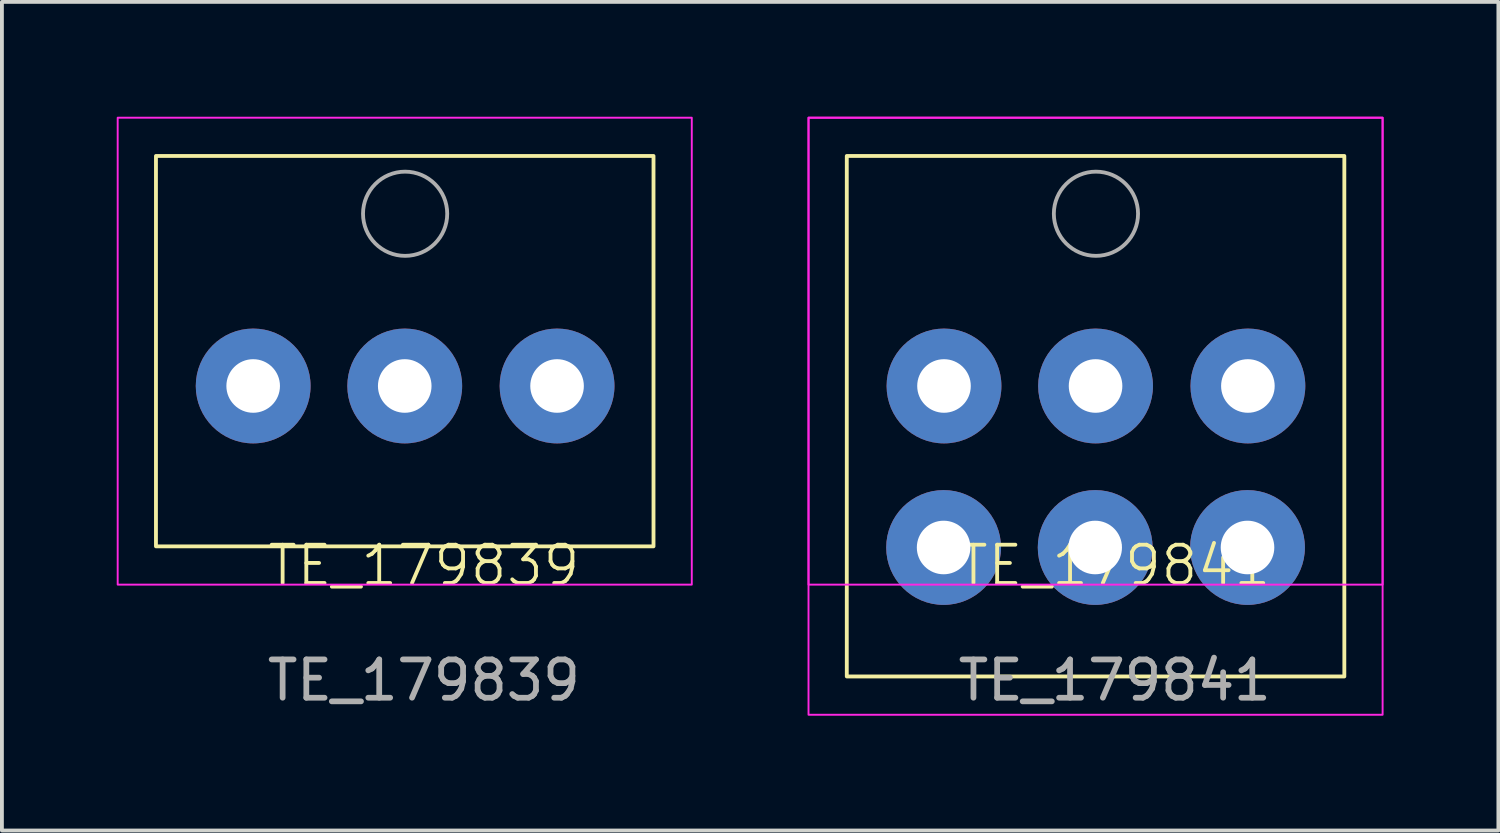
<source format=kicad_pcb>
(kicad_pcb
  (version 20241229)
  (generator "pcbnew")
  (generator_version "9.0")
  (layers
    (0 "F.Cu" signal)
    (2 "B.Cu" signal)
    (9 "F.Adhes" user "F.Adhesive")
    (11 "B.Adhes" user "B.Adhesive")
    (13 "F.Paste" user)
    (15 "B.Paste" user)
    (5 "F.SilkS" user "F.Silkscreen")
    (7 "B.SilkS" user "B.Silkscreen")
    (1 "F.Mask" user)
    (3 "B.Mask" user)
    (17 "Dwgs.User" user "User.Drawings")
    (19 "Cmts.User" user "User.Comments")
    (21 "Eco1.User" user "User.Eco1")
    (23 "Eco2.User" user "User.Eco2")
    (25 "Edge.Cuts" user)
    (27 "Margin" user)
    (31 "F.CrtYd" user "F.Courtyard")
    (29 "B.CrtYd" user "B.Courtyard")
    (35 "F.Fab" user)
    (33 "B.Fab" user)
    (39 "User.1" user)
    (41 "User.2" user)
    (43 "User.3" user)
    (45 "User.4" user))
  (footprint "TE_179839"
    (layer "F.Cu")
    (at 8.025 12.225)
    (property "Reference" "TE_179839" (at 0 -0.5 0) (unlocked yes) (layer "F.SilkS") (effects (font (size 1 1) (thickness 0.1))))
    (attr through_hole)
    (fp_rect (start -7 -11.2) (end 6 -1) (stroke (width 0.1) (type default)) (fill no) (layer "F.SilkS"))
    (fp_rect (start -8 -12.2) (end 7 0) (stroke (width 0.05) (type default)) (fill no) (layer "F.CrtYd"))
    (fp_circle (center -0.49 -9.69) (end -1.59 -9.69) (stroke (width 0.1) (type default)) (fill no) (layer "F.Fab"))
    (fp_text user "${REFERENCE}" (at 0 2.5 0) (unlocked yes) (layer "F.Fab") (effects (font (size 1 1) (thickness 0.15))))
    (pad "1" thru_hole circle (at -4.46 -5.19) (size 3 3) (drill 1.4) (layers "*.Cu" "*.Mask"))
    (pad "2" thru_hole circle (at -0.5 -5.19) (size 3 3) (drill 1.4) (layers "*.Cu" "*.Mask"))
    (pad "3" thru_hole circle (at 3.48 -5.19) (size 3 3) (drill 1.4) (layers "*.Cu" "*.Mask")))
  (footprint "TE_179841"
    (layer "F.Cu")
    (at 26.075 12.225)
    (property "Reference" "TE_179841" (at 0 -0.5 0) (unlocked yes) (layer "F.SilkS") (effects (font (size 1 1) (thickness 0.1))))
    (attr through_hole)
    (fp_rect (start -7 -11.2) (end 6 2.4) (stroke (width 0.1) (type default)) (fill no) (layer "F.SilkS"))
    (fp_rect (start -8 -12.2) (end 7 0) (stroke (width 0.05) (type default)) (fill no) (layer "F.CrtYd"))
    (fp_rect (start -8 -12.2) (end 7 3.4) (stroke (width 0.05) (type default)) (fill no) (layer "F.CrtYd"))
    (fp_circle (center -0.49 -9.69) (end -1.59 -9.69) (stroke (width 0.1) (type default)) (fill no) (layer "F.Fab"))
    (fp_text user "${REFERENCE}" (at 0 2.5 0) (unlocked yes) (layer "F.Fab") (effects (font (size 1 1) (thickness 0.15))))
    (pad "1" thru_hole circle (at -4.47 -0.97) (size 3 3) (drill 1.4) (layers "*.Cu" "*.Mask"))
    (pad "2" thru_hole circle (at -4.46 -5.19) (size 3 3) (drill 1.4) (layers "*.Cu" "*.Mask"))
    (pad "3" thru_hole circle (at -0.51 -0.97) (size 3 3) (drill 1.4) (layers "*.Cu" "*.Mask"))
    (pad "4" thru_hole circle (at -0.5 -5.19) (size 3 3) (drill 1.4) (layers "*.Cu" "*.Mask"))
    (pad "5" thru_hole circle (at 3.47 -0.97) (size 3 3) (drill 1.4) (layers "*.Cu" "*.Mask"))
    (pad "6" thru_hole circle (at 3.48 -5.19) (size 3 3) (drill 1.4) (layers "*.Cu" "*.Mask")))
  (gr_rect
    (start -3 -3)
    (end 36.1 18.65)
    (stroke (width 0.1) (type default))
    (fill no)
    (layer "Edge.Cuts")))
</source>
